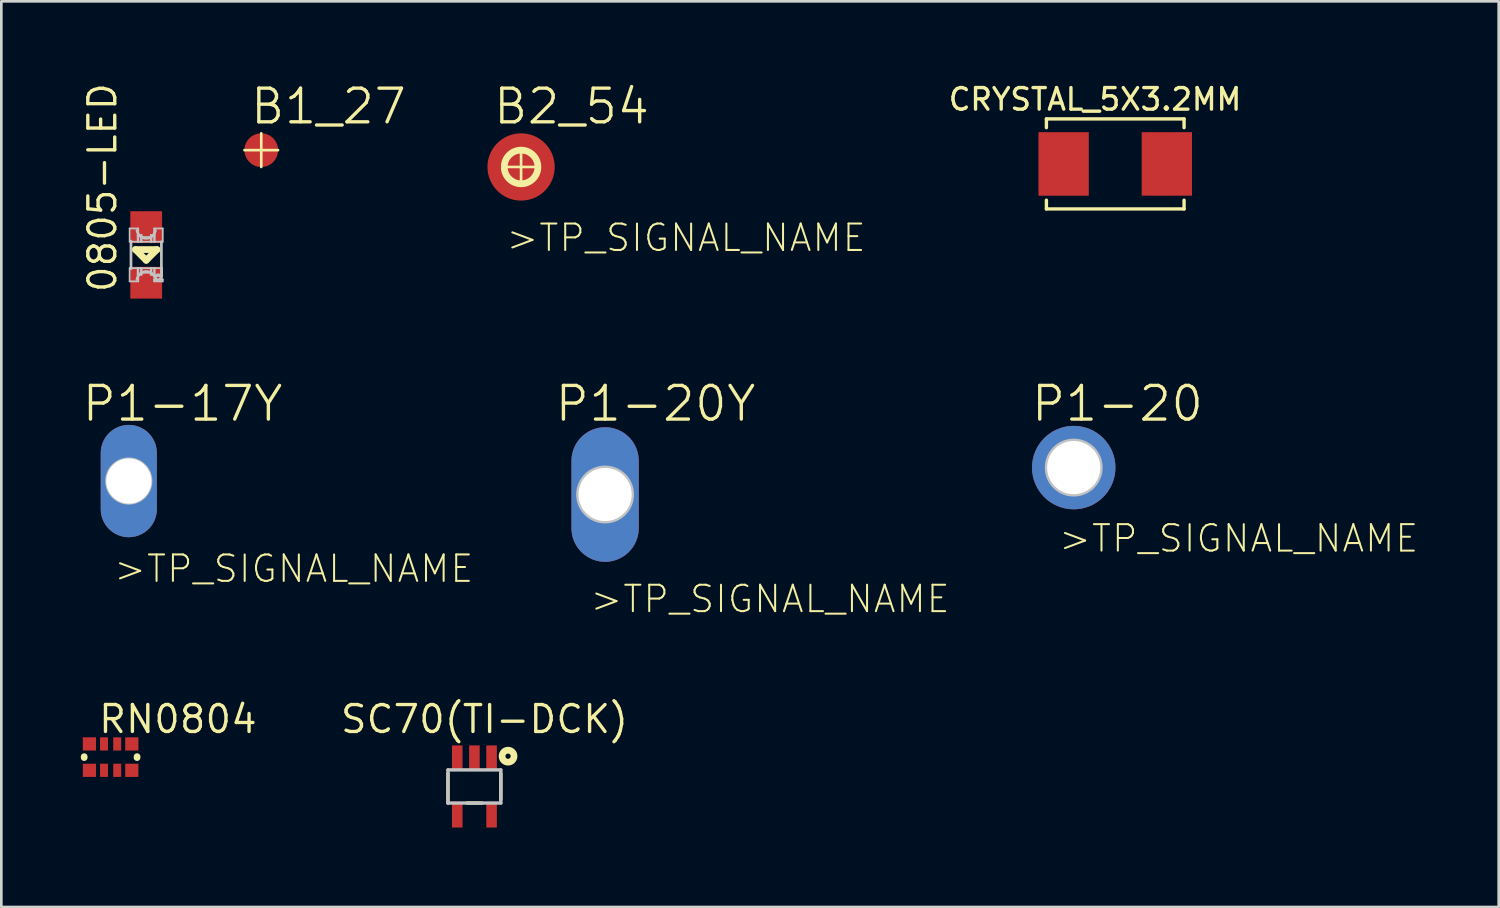
<source format=kicad_pcb>
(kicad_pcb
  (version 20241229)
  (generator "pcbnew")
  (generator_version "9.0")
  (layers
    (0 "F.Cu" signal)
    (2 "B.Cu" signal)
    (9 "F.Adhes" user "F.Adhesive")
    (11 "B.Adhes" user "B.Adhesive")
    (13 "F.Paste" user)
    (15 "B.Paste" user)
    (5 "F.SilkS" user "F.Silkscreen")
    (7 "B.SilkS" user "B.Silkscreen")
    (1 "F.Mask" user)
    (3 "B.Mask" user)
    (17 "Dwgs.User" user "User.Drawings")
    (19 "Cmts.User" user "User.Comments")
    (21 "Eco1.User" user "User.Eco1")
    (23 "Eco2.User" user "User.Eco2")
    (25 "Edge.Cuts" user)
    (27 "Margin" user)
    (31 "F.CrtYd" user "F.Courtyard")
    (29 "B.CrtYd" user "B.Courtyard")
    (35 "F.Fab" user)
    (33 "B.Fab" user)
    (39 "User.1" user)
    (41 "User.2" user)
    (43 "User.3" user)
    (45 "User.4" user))
  (footprint "B2_54"
    (layer "F.Cu")
    (at 16.618 3.252)
    (property "Reference" "B2_54" (at 1.905 -2.286 0) (layer "F.SilkS") (effects (font (size 1.27 1.27) (thickness 0.127))))
    (attr smd)
    (fp_line (start -0.635 0) (end 0.635 0) (stroke (width 0.1) (type solid)) (layer "F.SilkS"))
    (fp_line (start 0 0.635) (end 0 -0.635) (stroke (width 0.1) (type solid)) (layer "F.SilkS"))
    (fp_circle (center 0 0) (end 0 -0.635) (stroke (width 0.254) (type solid)) (fill no) (layer "F.SilkS"))
    (fp_text user ">TP_SIGNAL_NAME" (at 6.228 2.675 0) (layer "F.SilkS") (effects (font (size 0.998 0.998) (thickness 0.076))))
    (pad "TP" smd circle (at 0 0) (size 2.54 2.54) (layers "F.Cu" "F.Mask" "F.Paste")))
  (footprint "CRYSTAL_5X3.2MM"
    (layer "F.Cu")
    (at 39.044 3.137)
    (property "Reference" "CRYSTAL_5X3.2MM" (at -0.762 -2.438 0) (layer "F.SilkS") (effects (font (size 0.813 0.813) (thickness 0.127))))
    (attr smd)
    (fp_line (start -2.598 -1.699) (end -2.598 -1.369) (stroke (width 0.127) (type solid)) (layer "F.SilkS"))
    (fp_line (start -2.598 1.369) (end -2.598 1.699) (stroke (width 0.127) (type solid)) (layer "F.SilkS"))
    (fp_line (start -2.598 1.699) (end 2.598 1.699) (stroke (width 0.127) (type solid)) (layer "F.SilkS"))
    (fp_line (start 2.598 -1.699) (end -2.598 -1.699) (stroke (width 0.127) (type solid)) (layer "F.SilkS"))
    (fp_line (start 2.598 -1.369) (end 2.598 -1.699) (stroke (width 0.127) (type solid)) (layer "F.SilkS"))
    (fp_line (start 2.598 1.699) (end 2.598 1.369) (stroke (width 0.127) (type solid)) (layer "F.SilkS"))
    (pad "1" smd rect (at -1.948 0) (size 1.9 2.398) (layers "F.Cu" "F.Mask" "F.Paste"))
    (pad "2" smd rect (at 1.948 0) (size 1.9 2.398) (layers "F.Cu" "F.Mask" "F.Paste")))
  (footprint "0805-LED"
    (layer "F.Cu")
    (at 2.468 6.572)
    (property "Reference" "0805-LED" (at -1.651 -2.54 90) (layer "F.SilkS") (effects (font (size 1.016 1.016) (thickness 0.127))))
    (attr smd)
    (fp_line (start -0.406 -0.203) (end 0.406 -0.203) (stroke (width 0.254) (type solid)) (layer "F.SilkS"))
    (fp_line (start 0 0.203) (end -0.406 -0.203) (stroke (width 0.254) (type solid)) (layer "F.SilkS"))
    (fp_line (start 0 0.203) (end 0.406 -0.203) (stroke (width 0.254) (type solid)) (layer "F.SilkS"))
    (fp_line (start -0.625 -0.998) (end -0.3 -0.998) (stroke (width 0.066) (type solid)) (layer "Dwgs.User"))
    (fp_line (start -0.625 -0.498) (end -0.625 -0.998) (stroke (width 0.066) (type solid)) (layer "Dwgs.User"))
    (fp_line (start -0.625 -0.498) (end -0.3 -0.498) (stroke (width 0.066) (type solid)) (layer "Dwgs.User"))
    (fp_line (start -0.625 0.498) (end -0.3 0.498) (stroke (width 0.066) (type solid)) (layer "Dwgs.User"))
    (fp_line (start -0.625 0.998) (end -0.625 0.498) (stroke (width 0.066) (type solid)) (layer "Dwgs.User"))
    (fp_line (start -0.625 0.998) (end -0.3 0.998) (stroke (width 0.066) (type solid)) (layer "Dwgs.User"))
    (fp_line (start -0.574 0.523) (end -0.574 -0.523) (stroke (width 0.102) (type solid)) (layer "Dwgs.User"))
    (fp_line (start -0.323 -0.749) (end -0.173 -0.749) (stroke (width 0.066) (type solid)) (layer "Dwgs.User"))
    (fp_line (start -0.323 -0.498) (end -0.323 -0.749) (stroke (width 0.066) (type solid)) (layer "Dwgs.User"))
    (fp_line (start -0.323 -0.498) (end -0.173 -0.498) (stroke (width 0.066) (type solid)) (layer "Dwgs.User"))
    (fp_line (start -0.323 0.498) (end -0.173 0.498) (stroke (width 0.066) (type solid)) (layer "Dwgs.User"))
    (fp_line (start -0.323 0.749) (end -0.323 0.498) (stroke (width 0.066) (type solid)) (layer "Dwgs.User"))
    (fp_line (start -0.323 0.749) (end -0.173 0.749) (stroke (width 0.066) (type solid)) (layer "Dwgs.User"))
    (fp_line (start -0.3 -0.498) (end -0.3 -0.998) (stroke (width 0.066) (type solid)) (layer "Dwgs.User"))
    (fp_line (start -0.3 0.998) (end -0.3 0.498) (stroke (width 0.066) (type solid)) (layer "Dwgs.User"))
    (fp_line (start -0.198 -0.673) (end 0.198 -0.673) (stroke (width 0.066) (type solid)) (layer "Dwgs.User"))
    (fp_line (start -0.198 -0.498) (end -0.198 -0.673) (stroke (width 0.066) (type solid)) (layer "Dwgs.User"))
    (fp_line (start -0.198 -0.498) (end 0.198 -0.498) (stroke (width 0.066) (type solid)) (layer "Dwgs.User"))
    (fp_line (start -0.198 0.498) (end 0.198 0.498) (stroke (width 0.066) (type solid)) (layer "Dwgs.User"))
    (fp_line (start -0.198 0.673) (end -0.198 0.498) (stroke (width 0.066) (type solid)) (layer "Dwgs.User"))
    (fp_line (start -0.198 0.673) (end 0.198 0.673) (stroke (width 0.066) (type solid)) (layer "Dwgs.User"))
    (fp_line (start -0.173 -0.498) (end -0.173 -0.749) (stroke (width 0.066) (type solid)) (layer "Dwgs.User"))
    (fp_line (start -0.173 0.749) (end -0.173 0.498) (stroke (width 0.066) (type solid)) (layer "Dwgs.User"))
    (fp_line (start 0.173 -0.749) (end 0.323 -0.749) (stroke (width 0.066) (type solid)) (layer "Dwgs.User"))
    (fp_line (start 0.173 -0.498) (end 0.173 -0.749) (stroke (width 0.066) (type solid)) (layer "Dwgs.User"))
    (fp_line (start 0.173 -0.498) (end 0.323 -0.498) (stroke (width 0.066) (type solid)) (layer "Dwgs.User"))
    (fp_line (start 0.173 0.498) (end 0.323 0.498) (stroke (width 0.066) (type solid)) (layer "Dwgs.User"))
    (fp_line (start 0.173 0.749) (end 0.173 0.498) (stroke (width 0.066) (type solid)) (layer "Dwgs.User"))
    (fp_line (start 0.173 0.749) (end 0.323 0.749) (stroke (width 0.066) (type solid)) (layer "Dwgs.User"))
    (fp_line (start 0.198 -0.498) (end 0.198 -0.673) (stroke (width 0.066) (type solid)) (layer "Dwgs.User"))
    (fp_line (start 0.198 0.673) (end 0.198 0.498) (stroke (width 0.066) (type solid)) (layer "Dwgs.User"))
    (fp_line (start 0.3 -0.998) (end 0.625 -0.998) (stroke (width 0.066) (type solid)) (layer "Dwgs.User"))
    (fp_line (start 0.3 -0.498) (end 0.3 -0.998) (stroke (width 0.066) (type solid)) (layer "Dwgs.User"))
    (fp_line (start 0.3 -0.498) (end 0.625 -0.498) (stroke (width 0.066) (type solid)) (layer "Dwgs.User"))
    (fp_line (start 0.3 0.498) (end 0.599 0.498) (stroke (width 0.066) (type solid)) (layer "Dwgs.User"))
    (fp_line (start 0.3 0.798) (end 0.3 0.498) (stroke (width 0.066) (type solid)) (layer "Dwgs.User"))
    (fp_line (start 0.3 0.798) (end 0.599 0.798) (stroke (width 0.066) (type solid)) (layer "Dwgs.User"))
    (fp_line (start 0.3 0.925) (end 0.625 0.925) (stroke (width 0.066) (type solid)) (layer "Dwgs.User"))
    (fp_line (start 0.3 0.998) (end 0.3 0.925) (stroke (width 0.066) (type solid)) (layer "Dwgs.User"))
    (fp_line (start 0.3 0.998) (end 0.625 0.998) (stroke (width 0.066) (type solid)) (layer "Dwgs.User"))
    (fp_line (start 0.323 -0.498) (end 0.323 -0.749) (stroke (width 0.066) (type solid)) (layer "Dwgs.User"))
    (fp_line (start 0.323 0.749) (end 0.323 0.498) (stroke (width 0.066) (type solid)) (layer "Dwgs.User"))
    (fp_line (start 0.574 -0.498) (end 0.574 0.925) (stroke (width 0.102) (type solid)) (layer "Dwgs.User"))
    (fp_line (start 0.599 0.798) (end 0.599 0.498) (stroke (width 0.066) (type solid)) (layer "Dwgs.User"))
    (fp_line (start 0.625 -0.498) (end 0.625 -0.998) (stroke (width 0.066) (type solid)) (layer "Dwgs.User"))
    (fp_line (start 0.625 0.998) (end 0.625 0.925) (stroke (width 0.066) (type solid)) (layer "Dwgs.User"))
    (fp_arc (start -0.34798 0.92456) (mid -0.000831 0.625857) (end 0.347724 0.922918) (stroke (width 0.1016) (type solid)) (layer "Dwgs.User"))
    (fp_arc (start 0.34798 -0.92456) (mid 0.000831 -0.625857) (end -0.347724 -0.922918) (stroke (width 0.1016) (type solid)) (layer "Dwgs.User"))
    (fp_circle (center 0.45 0.848) (end 0.45 0.747) (stroke (width 0.102) (type solid)) (fill no) (layer "Dwgs.User"))
    (pad "A" smd rect (at 0 -1.049 180) (size 1.199 1.199) (layers "F.Cu" "F.Mask" "F.Paste"))
    (pad "K" smd rect (at 0 1.049 180) (size 1.199 1.199) (layers "F.Cu" "F.Mask" "F.Paste")))
  (footprint "P1-20Y"
    (layer "F.Cu")
    (at 19.789 15.615)
    (property "Reference" "P1-20Y" (at 1.905 -3.429 0) (layer "F.SilkS") (effects (font (size 1.27 1.27) (thickness 0.127))))
    (attr exclude_from_pos_files exclude_from_bom)
    (fp_line (start -0.33 -0.33) (end 0.33 -0.33) (stroke (width 0.066) (type solid)) (layer "Dwgs.User"))
    (fp_line (start -0.33 0.33) (end -0.33 -0.33) (stroke (width 0.066) (type solid)) (layer "Dwgs.User"))
    (fp_line (start -0.33 0.33) (end 0.33 0.33) (stroke (width 0.066) (type solid)) (layer "Dwgs.User"))
    (fp_line (start 0.33 0.33) (end 0.33 -0.33) (stroke (width 0.066) (type solid)) (layer "Dwgs.User"))
    (fp_circle (center 0 0) (end 0 -1.016) (stroke (width 0.152) (type solid)) (fill no) (layer "Dwgs.User"))
    (fp_text user ">TP_SIGNAL_NAME" (at 6.228 3.945 0) (layer "F.SilkS") (effects (font (size 0.998 0.998) (thickness 0.076))))
    (pad "TP" thru_hole oval (at 0 0 180) (size 2.54 5.08) (drill 2.007) (layers "*.Cu" "*.Paste" "*.Mask")))
  (footprint "RN0804"
    (layer "F.Cu")
    (at 1.125 25.527)
    (property "Reference" "RN0804" (at 2.54 -1.433 0) (layer "F.SilkS") (effects (font (size 1.016 1.016) (thickness 0.127))))
    (attr smd)
    (fp_line (start -0.998 -0.018) (end -0.998 0.018) (stroke (width 0.254) (type solid)) (layer "F.SilkS"))
    (fp_line (start 0.998 -0.018) (end 0.998 0.018) (stroke (width 0.254) (type solid)) (layer "F.SilkS"))
    (pad "1" smd rect (at -0.8 0.498) (size 0.498 0.498) (layers "F.Cu" "F.Mask" "F.Paste"))
    (pad "2" smd rect (at -0.249 0.498) (size 0.3 0.498) (layers "F.Cu" "F.Mask" "F.Paste"))
    (pad "3" smd rect (at 0.249 0.498) (size 0.3 0.498) (layers "F.Cu" "F.Mask" "F.Paste"))
    (pad "4" smd rect (at 0.8 0.498) (size 0.498 0.498) (layers "F.Cu" "F.Mask" "F.Paste"))
    (pad "5" smd rect (at 0.8 -0.498) (size 0.498 0.498) (layers "F.Cu" "F.Mask" "F.Paste"))
    (pad "6" smd rect (at 0.249 -0.498) (size 0.3 0.498) (layers "F.Cu" "F.Mask" "F.Paste"))
    (pad "7" smd rect (at -0.249 -0.498) (size 0.3 0.498) (layers "F.Cu" "F.Mask" "F.Paste"))
    (pad "8" smd rect (at -0.8 -0.498) (size 0.498 0.498) (layers "F.Cu" "F.Mask" "F.Paste")))
  (footprint "P1-20"
    (layer "F.Cu")
    (at 37.477 14.599)
    (property "Reference" "P1-20" (at 1.651 -2.413 0) (layer "F.SilkS") (effects (font (size 1.27 1.27) (thickness 0.127))))
    (attr exclude_from_pos_files exclude_from_bom)
    (fp_line (start -0.33 -0.33) (end 0.33 -0.33) (stroke (width 0.066) (type solid)) (layer "Dwgs.User"))
    (fp_line (start -0.33 0.33) (end -0.33 -0.33) (stroke (width 0.066) (type solid)) (layer "Dwgs.User"))
    (fp_line (start -0.33 0.33) (end 0.33 0.33) (stroke (width 0.066) (type solid)) (layer "Dwgs.User"))
    (fp_line (start 0.33 0.33) (end 0.33 -0.33) (stroke (width 0.066) (type solid)) (layer "Dwgs.User"))
    (fp_circle (center 0 0) (end 0 -1.016) (stroke (width 0.152) (type solid)) (fill no) (layer "Dwgs.User"))
    (fp_text user ">TP_SIGNAL_NAME" (at 6.228 2.675 0) (layer "F.SilkS") (effects (font (size 0.998 0.998) (thickness 0.076))))
    (pad "TP" thru_hole circle (at 0 0) (size 3.15 3.15) (drill 2.007) (layers "*.Cu" "*.Paste" "*.Mask")))
  (footprint "SC70(TI-DCK)"
    (layer "F.Cu")
    (at 14.856 26.635)
    (property "Reference" "SC70(TI-DCK)" (at 0.381 -2.54 0) (layer "F.SilkS") (effects (font (size 1.016 1.016) (thickness 0.127))))
    (attr smd)
    (fp_line (start -0.998 -0.498) (end -0.998 0.625) (stroke (width 0.127) (type solid)) (layer "F.SilkS"))
    (fp_line (start -0.279 0.625) (end 0.279 0.625) (stroke (width 0.127) (type solid)) (layer "F.SilkS"))
    (fp_line (start 0.998 -0.498) (end 0.998 0.498) (stroke (width 0.127) (type solid)) (layer "F.SilkS"))
    (fp_circle (center 1.27 -1.143) (end 1.27 -1.242) (stroke (width 0.254) (type solid)) (fill no) (layer "F.SilkS"))
    (fp_line (start -0.998 -0.625) (end -0.998 0.625) (stroke (width 0.127) (type solid)) (layer "Dwgs.User"))
    (fp_line (start -0.998 0.625) (end 0.998 0.625) (stroke (width 0.127) (type solid)) (layer "Dwgs.User"))
    (fp_line (start 0.998 -0.625) (end -0.998 -0.625) (stroke (width 0.127) (type solid)) (layer "Dwgs.User"))
    (fp_line (start 0.998 0.625) (end 0.998 -0.625) (stroke (width 0.127) (type solid)) (layer "Dwgs.User"))
    (pad "1" smd rect (at 0.648 -1.1) (size 0.399 0.899) (layers "F.Cu" "F.Mask" "F.Paste"))
    (pad "2" smd rect (at 0 -1.1) (size 0.399 0.899) (layers "F.Cu" "F.Mask" "F.Paste"))
    (pad "3" smd rect (at -0.648 -1.1) (size 0.399 0.899) (layers "F.Cu" "F.Mask" "F.Paste"))
    (pad "4" smd rect (at -0.648 1.1) (size 0.399 0.899) (layers "F.Cu" "F.Mask" "F.Paste"))
    (pad "5" smd rect (at 0.648 1.1) (size 0.399 0.899) (layers "F.Cu" "F.Mask" "F.Paste")))
  (footprint "B1_27"
    (layer "F.Cu")
    (at 6.811 2.617)
    (property "Reference" "B1_27" (at 2.54 -1.651 0) (layer "F.SilkS") (effects (font (size 1.27 1.27) (thickness 0.127))))
    (attr smd)
    (fp_line (start -0.635 0) (end 0.635 0) (stroke (width 0.1) (type solid)) (layer "F.SilkS"))
    (fp_line (start 0 -0.635) (end 0 0.635) (stroke (width 0.1) (type solid)) (layer "F.SilkS"))
    (pad "TP" smd circle (at 0 0) (size 1.27 1.27) (layers "F.Cu" "F.Mask")))
  (footprint "P1-17Y"
    (layer "F.Cu")
    (at 1.811 15.107)
    (property "Reference" "P1-17Y" (at 2.032 -2.921 0) (layer "F.SilkS") (effects (font (size 1.27 1.27) (thickness 0.127))))
    (attr exclude_from_pos_files exclude_from_bom)
    (fp_line (start -0.33 -0.33) (end 0.33 -0.33) (stroke (width 0.066) (type solid)) (layer "Dwgs.User"))
    (fp_line (start -0.33 0.33) (end -0.33 -0.33) (stroke (width 0.066) (type solid)) (layer "Dwgs.User"))
    (fp_line (start -0.33 0.33) (end 0.33 0.33) (stroke (width 0.066) (type solid)) (layer "Dwgs.User"))
    (fp_line (start 0.33 0.33) (end 0.33 -0.33) (stroke (width 0.066) (type solid)) (layer "Dwgs.User"))
    (fp_circle (center 0 0) (end 0 -0.813) (stroke (width 0.152) (type solid)) (fill no) (layer "Dwgs.User"))
    (fp_text user ">TP_SIGNAL_NAME" (at 6.228 3.31 0) (layer "F.SilkS") (effects (font (size 0.998 0.998) (thickness 0.076))))
    (pad "TP" thru_hole oval (at 0 0 180) (size 2.118 4.239) (drill 1.702) (layers "*.Cu" "*.Paste" "*.Mask")))
  (gr_rect
    (start -3 -3)
    (end 53.517 31.184)
    (stroke (width 0.1) (type default))
    (fill no)
    (layer "Edge.Cuts")))
</source>
